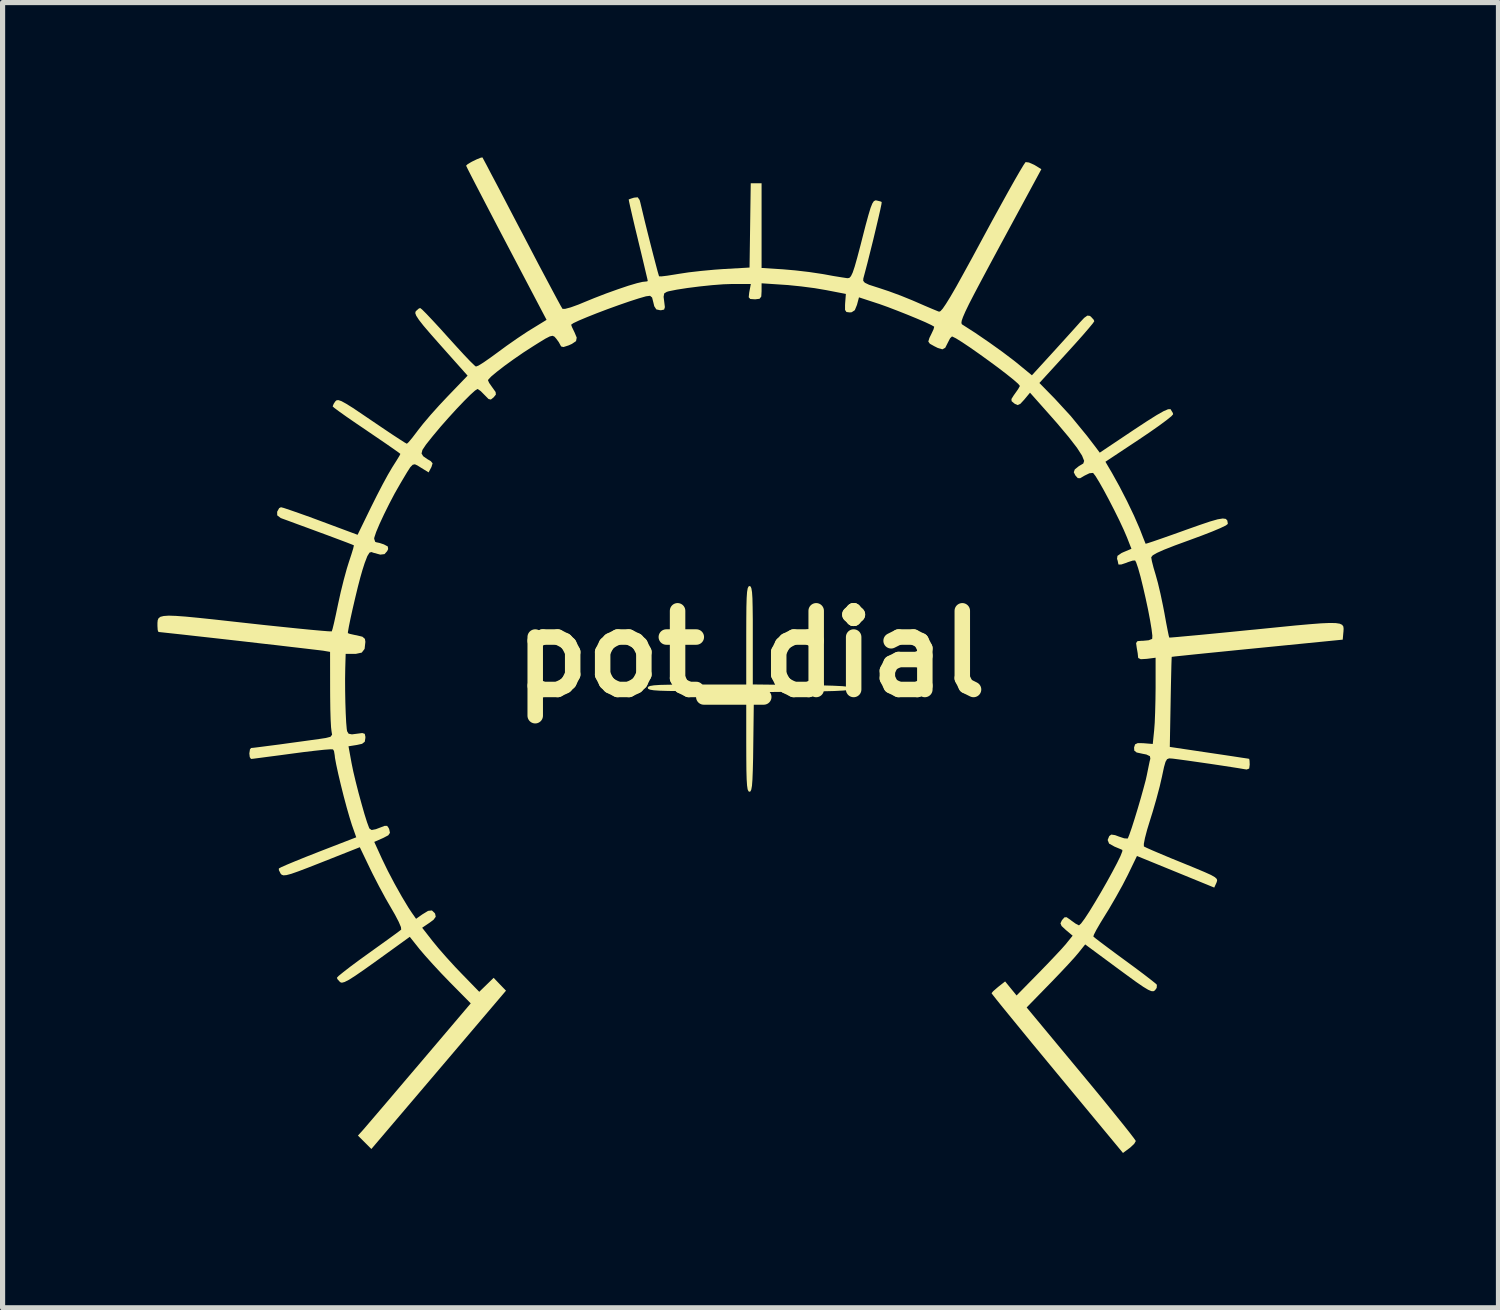
<source format=kicad_pcb>
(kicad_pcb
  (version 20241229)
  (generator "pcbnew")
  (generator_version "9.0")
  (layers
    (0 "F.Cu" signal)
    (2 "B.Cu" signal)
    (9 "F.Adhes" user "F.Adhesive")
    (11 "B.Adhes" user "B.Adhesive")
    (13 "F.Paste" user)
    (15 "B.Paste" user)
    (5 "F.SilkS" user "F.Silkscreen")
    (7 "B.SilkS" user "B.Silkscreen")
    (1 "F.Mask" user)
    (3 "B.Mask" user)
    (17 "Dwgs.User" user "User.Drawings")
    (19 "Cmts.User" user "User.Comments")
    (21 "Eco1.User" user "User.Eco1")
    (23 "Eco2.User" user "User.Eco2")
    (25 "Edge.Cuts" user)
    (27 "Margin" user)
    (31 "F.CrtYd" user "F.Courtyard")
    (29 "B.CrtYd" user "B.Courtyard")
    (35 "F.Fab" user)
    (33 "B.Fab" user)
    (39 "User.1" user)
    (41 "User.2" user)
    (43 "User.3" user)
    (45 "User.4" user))
  (footprint "pot_dial"
    (layer "F.Cu")
    (at 11.491 9.617)
    (property "Reference" "pot_dial" (at 0 0 0) (layer "F.SilkS") (effects (font (size 1.524 1.524) (thickness 0.3))))
    (attr board_only exclude_from_pos_files exclude_from_bom)
    (fp_poly (pts (xy -0.000369 -1.305) (xy 0.015 -1.268) (xy 0.027 -1.196) (xy 0.035 -1.077) (xy 0.039 -0.903) (xy 0.042 -0.663) (xy 0.042 -0.361) (xy 0.042 0.592) (xy 1.004 0.603) (xy 1.337 0.609) (xy 1.592 0.616) (xy 1.777 0.625) (xy 1.899 0.638) (xy 1.965 0.653) (xy 1.982 0.667) (xy 1.968 0.685) (xy 1.909 0.699) (xy 1.797 0.71) (xy 1.623 0.719) (xy 1.381 0.725) (xy 1.062 0.73) (xy 1.032 0.731) (xy 0.064 0.742) (xy 0.052 1.707) (xy 0.048 2.022) (xy 0.042 2.262) (xy 0.035 2.437) (xy 0.026 2.555) (xy 0.013 2.627) (xy -0.003 2.663) (xy -0.022 2.671) (xy -0.042 2.661) (xy -0.058 2.624) (xy -0.069 2.55) (xy -0.077 2.429) (xy -0.082 2.253) (xy -0.084 2.011) (xy -0.085 1.696) (xy -0.085 0.721) (xy -1.039 0.721) (xy -1.351 0.72) (xy -1.589 0.718) (xy -1.761 0.713) (xy -1.877 0.705) (xy -1.949 0.693) (xy -1.984 0.677) (xy -1.993 0.657) (xy -1.983 0.636) (xy -1.947 0.621) (xy -1.874 0.609) (xy -1.756 0.601) (xy -1.581 0.597) (xy -1.342 0.594) (xy -1.039 0.594) (xy -0.085 0.594) (xy -0.085 -0.36) (xy -0.084 -0.673) (xy -0.082 -0.91) (xy -0.077 -1.082) (xy -0.069 -1.199) (xy -0.057 -1.27) (xy -0.041 -1.305) (xy -0.021 -1.315)) (stroke (width 0) (type solid)) (fill yes) (layer "F.SilkS"))
    (fp_poly (pts (xy -5.174 -9.578) (xy -5.117 -9.472) (xy -5.031 -9.307) (xy -4.917 -9.092) (xy -4.782 -8.834) (xy -4.63 -8.542) (xy -4.464 -8.225) (xy -4.431 -8.163) (xy -4.262 -7.84) (xy -4.105 -7.54) (xy -3.963 -7.273) (xy -3.842 -7.045) (xy -3.746 -6.866) (xy -3.679 -6.743) (xy -3.646 -6.687) (xy -3.644 -6.684) (xy -3.593 -6.684) (xy -3.484 -6.713) (xy -3.335 -6.767) (xy -3.246 -6.804) (xy -3.029 -6.893) (xy -2.799 -6.982) (xy -2.573 -7.063) (xy -2.369 -7.132) (xy -2.203 -7.181) (xy -2.092 -7.207) (xy -2.07 -7.209) (xy -2.005 -7.216) (xy -1.993 -7.225) (xy -2.002 -7.269) (xy -2.029 -7.382) (xy -2.069 -7.552) (xy -2.12 -7.766) (xy -2.179 -8.009) (xy -2.181 -8.019) (xy -2.24 -8.262) (xy -2.29 -8.475) (xy -2.329 -8.645) (xy -2.354 -8.758) (xy -2.362 -8.803) (xy -2.362 -8.803) (xy -2.32 -8.819) (xy -2.259 -8.838) (xy -2.188 -8.845) (xy -2.151 -8.794) (xy -2.138 -8.748) (xy -2.099 -8.584) (xy -2.051 -8.384) (xy -1.997 -8.166) (xy -1.941 -7.944) (xy -1.887 -7.733) (xy -1.839 -7.55) (xy -1.802 -7.41) (xy -1.778 -7.328) (xy -1.773 -7.314) (xy -1.727 -7.313) (xy -1.617 -7.326) (xy -1.465 -7.35) (xy -1.398 -7.361) (xy -1.201 -7.391) (xy -0.956 -7.419) (xy -0.698 -7.443) (xy -0.53 -7.455) (xy -0.021 -7.484) (xy 0.002 -9.117) (xy 0.212 -9.117) (xy 0.212 -7.476) (xy 0.625 -7.45) (xy 0.865 -7.429) (xy 1.131 -7.398) (xy 1.372 -7.362) (xy 1.421 -7.354) (xy 1.6 -7.321) (xy 1.754 -7.296) (xy 1.859 -7.28) (xy 1.883 -7.278) (xy 1.914 -7.285) (xy 1.944 -7.318) (xy 1.977 -7.387) (xy 2.016 -7.503) (xy 2.065 -7.676) (xy 2.129 -7.918) (xy 2.159 -8.036) (xy 2.228 -8.305) (xy 2.282 -8.502) (xy 2.323 -8.638) (xy 2.357 -8.724) (xy 2.386 -8.769) (xy 2.416 -8.785) (xy 2.438 -8.784) (xy 2.515 -8.765) (xy 2.539 -8.754) (xy 2.534 -8.711) (xy 2.511 -8.601) (xy 2.474 -8.439) (xy 2.427 -8.24) (xy 2.374 -8.018) (xy 2.317 -7.79) (xy 2.262 -7.57) (xy 2.21 -7.373) (xy 2.183 -7.272) (xy 2.181 -7.227) (xy 2.212 -7.19) (xy 2.293 -7.151) (xy 2.438 -7.104) (xy 2.485 -7.089) (xy 2.678 -7.025) (xy 2.908 -6.94) (xy 3.132 -6.849) (xy 3.197 -6.821) (xy 3.369 -6.746) (xy 3.517 -6.683) (xy 3.619 -6.641) (xy 3.651 -6.629) (xy 3.678 -6.64) (xy 3.721 -6.688) (xy 3.784 -6.78) (xy 3.87 -6.919) (xy 3.982 -7.112) (xy 4.122 -7.365) (xy 4.296 -7.682) (xy 4.499 -8.058) (xy 4.673 -8.38) (xy 4.837 -8.678) (xy 4.984 -8.944) (xy 5.111 -9.17) (xy 5.213 -9.347) (xy 5.286 -9.468) (xy 5.324 -9.524) (xy 5.327 -9.527) (xy 5.392 -9.519) (xy 5.489 -9.476) (xy 5.504 -9.468) (xy 5.632 -9.389) (xy 4.83 -7.907) (xy 4.627 -7.53) (xy 4.462 -7.221) (xy 4.331 -6.973) (xy 4.231 -6.779) (xy 4.16 -6.632) (xy 4.114 -6.526) (xy 4.089 -6.455) (xy 4.083 -6.41) (xy 4.092 -6.386) (xy 4.097 -6.382) (xy 4.348 -6.221) (xy 4.617 -6.037) (xy 4.877 -5.851) (xy 5.099 -5.683) (xy 5.148 -5.644) (xy 5.449 -5.397) (xy 5.831 -5.815) (xy 5.989 -5.989) (xy 6.143 -6.159) (xy 6.274 -6.304) (xy 6.366 -6.407) (xy 6.368 -6.41) (xy 6.462 -6.51) (xy 6.523 -6.553) (xy 6.57 -6.548) (xy 6.591 -6.533) (xy 6.646 -6.473) (xy 6.657 -6.444) (xy 6.63 -6.404) (xy 6.554 -6.312) (xy 6.439 -6.178) (xy 6.292 -6.013) (xy 6.126 -5.83) (xy 5.594 -5.248) (xy 5.89 -4.946) (xy 6.2 -4.609) (xy 6.515 -4.225) (xy 6.679 -4.011) (xy 6.763 -3.898) (xy 7.426 -4.342) (xy 7.677 -4.507) (xy 7.866 -4.626) (xy 8 -4.702) (xy 8.086 -4.739) (xy 8.132 -4.741) (xy 8.136 -4.738) (xy 8.179 -4.667) (xy 8.184 -4.641) (xy 8.15 -4.603) (xy 8.056 -4.527) (xy 7.914 -4.422) (xy 7.733 -4.295) (xy 7.529 -4.157) (xy 6.873 -3.722) (xy 7.001 -3.504) (xy 7.144 -3.246) (xy 7.291 -2.961) (xy 7.425 -2.681) (xy 7.532 -2.436) (xy 7.548 -2.396) (xy 7.599 -2.264) (xy 7.637 -2.169) (xy 7.652 -2.133) (xy 7.691 -2.144) (xy 7.798 -2.179) (xy 7.96 -2.235) (xy 8.165 -2.307) (xy 8.4 -2.391) (xy 8.416 -2.397) (xy 8.693 -2.495) (xy 8.9 -2.565) (xy 9.048 -2.607) (xy 9.146 -2.623) (xy 9.205 -2.615) (xy 9.234 -2.584) (xy 9.243 -2.531) (xy 9.243 -2.517) (xy 9.206 -2.488) (xy 9.1 -2.437) (xy 8.939 -2.369) (xy 8.735 -2.29) (xy 8.502 -2.204) (xy 8.22 -2.101) (xy 8.011 -2.019) (xy 7.87 -1.956) (xy 7.789 -1.909) (xy 7.761 -1.873) (xy 7.76 -1.871) (xy 7.773 -1.796) (xy 7.805 -1.67) (xy 7.846 -1.532) (xy 7.89 -1.373) (xy 7.94 -1.162) (xy 7.988 -0.933) (xy 8.015 -0.794) (xy 8.049 -0.606) (xy 8.079 -0.452) (xy 8.1 -0.35) (xy 8.11 -0.316) (xy 8.153 -0.318) (xy 8.271 -0.328) (xy 8.456 -0.345) (xy 8.697 -0.367) (xy 8.987 -0.395) (xy 9.315 -0.427) (xy 9.673 -0.463) (xy 9.771 -0.472) (xy 10.199 -0.515) (xy 10.549 -0.55) (xy 10.831 -0.575) (xy 11.05 -0.592) (xy 11.215 -0.599) (xy 11.333 -0.597) (xy 11.412 -0.585) (xy 11.459 -0.563) (xy 11.482 -0.53) (xy 11.487 -0.486) (xy 11.484 -0.431) (xy 11.481 -0.403) (xy 11.47 -0.276) (xy 9.817 -0.112) (xy 9.452 -0.076) (xy 9.115 -0.042) (xy 8.815 -0.012) (xy 8.56 0.014) (xy 8.36 0.035) (xy 8.224 0.049) (xy 8.161 0.057) (xy 8.157 0.058) (xy 8.155 0.1) (xy 8.151 0.214) (xy 8.147 0.388) (xy 8.142 0.609) (xy 8.137 0.863) (xy 8.136 0.933) (xy 8.12 1.802) (xy 8.884 1.916) (xy 9.127 1.952) (xy 9.34 1.984) (xy 9.508 2.01) (xy 9.618 2.026) (xy 9.658 2.033) (xy 9.665 2.071) (xy 9.668 2.145) (xy 9.658 2.221) (xy 9.609 2.24) (xy 9.552 2.231) (xy 9.464 2.216) (xy 9.312 2.192) (xy 9.116 2.162) (xy 8.896 2.129) (xy 8.673 2.097) (xy 8.465 2.067) (xy 8.294 2.044) (xy 8.179 2.029) (xy 8.167 2.028) (xy 8.107 2.024) (xy 8.067 2.04) (xy 8.037 2.091) (xy 8.008 2.192) (xy 7.972 2.36) (xy 7.969 2.375) (xy 7.924 2.57) (xy 7.86 2.811) (xy 7.788 3.06) (xy 7.739 3.217) (xy 7.681 3.406) (xy 7.639 3.566) (xy 7.617 3.68) (xy 7.618 3.73) (xy 7.668 3.755) (xy 7.782 3.806) (xy 7.949 3.877) (xy 8.154 3.963) (xy 8.361 4.047) (xy 8.612 4.15) (xy 8.795 4.227) (xy 8.919 4.283) (xy 8.994 4.326) (xy 9.03 4.36) (xy 9.037 4.392) (xy 9.026 4.427) (xy 9.025 4.431) (xy 8.981 4.527) (xy 8.233 4.221) (xy 7.484 3.915) (xy 7.308 4.279) (xy 7.205 4.479) (xy 7.075 4.713) (xy 6.941 4.943) (xy 6.877 5.046) (xy 6.777 5.209) (xy 6.698 5.345) (xy 6.65 5.439) (xy 6.639 5.475) (xy 6.677 5.507) (xy 6.772 5.58) (xy 6.913 5.686) (xy 7.088 5.816) (xy 7.249 5.934) (xy 7.445 6.078) (xy 7.617 6.207) (xy 7.753 6.312) (xy 7.842 6.383) (xy 7.87 6.41) (xy 7.866 6.471) (xy 7.833 6.517) (xy 7.805 6.535) (xy 7.763 6.533) (xy 7.7 6.506) (xy 7.604 6.448) (xy 7.467 6.354) (xy 7.279 6.217) (xy 7.126 6.105) (xy 6.481 5.628) (xy 6.349 5.793) (xy 6.271 5.884) (xy 6.148 6.019) (xy 5.996 6.181) (xy 5.829 6.355) (xy 5.782 6.403) (xy 5.347 6.849) (xy 6.403 8.121) (xy 6.637 8.403) (xy 6.853 8.666) (xy 7.045 8.903) (xy 7.208 9.105) (xy 7.335 9.265) (xy 7.421 9.377) (xy 7.46 9.433) (xy 7.461 9.438) (xy 7.431 9.49) (xy 7.355 9.562) (xy 7.338 9.575) (xy 7.213 9.668) (xy 5.939 8.131) (xy 5.682 7.82) (xy 5.442 7.53) (xy 5.226 7.266) (xy 5.037 7.035) (xy 4.881 6.844) (xy 4.764 6.699) (xy 4.691 6.606) (xy 4.667 6.573) (xy 4.698 6.535) (xy 4.774 6.469) (xy 4.799 6.448) (xy 4.93 6.345) (xy 5.041 6.481) (xy 5.152 6.617) (xy 5.58 6.181) (xy 5.744 6.012) (xy 5.897 5.851) (xy 6.024 5.715) (xy 6.109 5.619) (xy 6.122 5.602) (xy 6.238 5.459) (xy 6.106 5.348) (xy 6.024 5.272) (xy 6.002 5.22) (xy 6.027 5.165) (xy 6.034 5.155) (xy 6.079 5.104) (xy 6.121 5.101) (xy 6.192 5.15) (xy 6.212 5.166) (xy 6.299 5.228) (xy 6.358 5.258) (xy 6.362 5.258) (xy 6.401 5.223) (xy 6.471 5.129) (xy 6.564 4.987) (xy 6.671 4.812) (xy 6.786 4.618) (xy 6.901 4.417) (xy 7.007 4.224) (xy 7.098 4.052) (xy 7.165 3.915) (xy 7.2 3.825) (xy 7.201 3.798) (xy 7.156 3.778) (xy 7.065 3.74) (xy 7.05 3.734) (xy 6.944 3.675) (xy 6.916 3.605) (xy 6.947 3.529) (xy 6.987 3.5) (xy 7.06 3.511) (xy 7.135 3.539) (xy 7.237 3.573) (xy 7.3 3.577) (xy 7.308 3.572) (xy 7.336 3.503) (xy 7.382 3.371) (xy 7.438 3.196) (xy 7.499 2.996) (xy 7.559 2.791) (xy 7.612 2.6) (xy 7.654 2.443) (xy 7.674 2.353) (xy 7.704 2.206) (xy 7.729 2.085) (xy 7.743 2.03) (xy 7.735 1.982) (xy 7.666 1.949) (xy 7.589 1.934) (xy 7.478 1.91) (xy 7.432 1.874) (xy 7.428 1.812) (xy 7.448 1.752) (xy 7.5 1.728) (xy 7.609 1.73) (xy 7.616 1.731) (xy 7.79 1.745) (xy 7.817 1.481) (xy 7.828 1.335) (xy 7.836 1.132) (xy 7.842 0.896) (xy 7.845 0.655) (xy 7.845 0.645) (xy 7.845 0.074) (xy 7.675 0.096) (xy 7.558 0.103) (xy 7.509 0.08) (xy 7.506 0.065) (xy 7.498 -0.013) (xy 7.479 -0.122) (xy 7.467 -0.21) (xy 7.494 -0.247) (xy 7.58 -0.254) (xy 7.604 -0.254) (xy 7.71 -0.264) (xy 7.775 -0.289) (xy 7.779 -0.293) (xy 7.782 -0.353) (xy 7.767 -0.478) (xy 7.738 -0.652) (xy 7.699 -0.857) (xy 7.652 -1.077) (xy 7.602 -1.295) (xy 7.553 -1.495) (xy 7.507 -1.659) (xy 7.469 -1.771) (xy 7.448 -1.81) (xy 7.401 -1.807) (xy 7.308 -1.777) (xy 7.277 -1.764) (xy 7.181 -1.732) (xy 7.128 -1.731) (xy 7.124 -1.737) (xy 7.11 -1.806) (xy 7.098 -1.841) (xy 7.106 -1.899) (xy 7.185 -1.954) (xy 7.225 -1.972) (xy 7.377 -2.036) (xy 7.29 -2.258) (xy 7.227 -2.405) (xy 7.143 -2.585) (xy 7.045 -2.783) (xy 6.942 -2.983) (xy 6.842 -3.17) (xy 6.752 -3.329) (xy 6.681 -3.445) (xy 6.636 -3.503) (xy 6.631 -3.506) (xy 6.563 -3.499) (xy 6.468 -3.453) (xy 6.465 -3.451) (xy 6.383 -3.403) (xy 6.337 -3.405) (xy 6.29 -3.458) (xy 6.26 -3.519) (xy 6.279 -3.573) (xy 6.357 -3.636) (xy 6.444 -3.688) (xy 6.461 -3.739) (xy 6.42 -3.841) (xy 6.321 -3.994) (xy 6.161 -4.201) (xy 5.941 -4.463) (xy 5.802 -4.621) (xy 5.412 -5.06) (xy 5.301 -4.926) (xy 5.225 -4.844) (xy 5.173 -4.82) (xy 5.118 -4.844) (xy 5.107 -4.852) (xy 5.056 -4.895) (xy 5.052 -4.937) (xy 5.097 -5.009) (xy 5.12 -5.041) (xy 5.182 -5.129) (xy 5.214 -5.186) (xy 5.216 -5.191) (xy 5.183 -5.232) (xy 5.093 -5.311) (xy 4.959 -5.418) (xy 4.795 -5.544) (xy 4.613 -5.678) (xy 4.427 -5.812) (xy 4.25 -5.936) (xy 4.096 -6.039) (xy 3.977 -6.113) (xy 3.908 -6.147) (xy 3.9 -6.149) (xy 3.864 -6.114) (xy 3.82 -6.029) (xy 3.816 -6.021) (xy 3.77 -5.93) (xy 3.715 -5.9) (xy 3.628 -5.925) (xy 3.56 -5.959) (xy 3.472 -6.008) (xy 3.442 -6.051) (xy 3.463 -6.12) (xy 3.501 -6.197) (xy 3.543 -6.287) (xy 3.556 -6.337) (xy 3.554 -6.34) (xy 3.499 -6.371) (xy 3.383 -6.426) (xy 3.222 -6.495) (xy 3.035 -6.572) (xy 2.84 -6.649) (xy 2.655 -6.72) (xy 2.496 -6.777) (xy 2.459 -6.789) (xy 2.099 -6.907) (xy 2.06 -6.761) (xy 2.018 -6.658) (xy 1.957 -6.618) (xy 1.919 -6.615) (xy 1.856 -6.623) (xy 1.829 -6.663) (xy 1.829 -6.757) (xy 1.831 -6.794) (xy 1.845 -6.973) (xy 1.463 -7.047) (xy 1.24 -7.085) (xy 0.978 -7.119) (xy 0.723 -7.145) (xy 0.647 -7.15) (xy 0.212 -7.179) (xy 0.212 -7.024) (xy 0.206 -6.922) (xy 0.173 -6.879) (xy 0.091 -6.869) (xy 0.08 -6.869) (xy -0.007 -6.875) (xy -0.037 -6.909) (xy -0.028 -6.995) (xy -0.024 -7.018) (xy 0.004 -7.166) (xy -0.348 -7.166) (xy -0.527 -7.16) (xy -0.748 -7.143) (xy -0.988 -7.118) (xy -1.224 -7.088) (xy -1.43 -7.056) (xy -1.585 -7.025) (xy -1.625 -7.013) (xy -1.674 -6.983) (xy -1.686 -6.917) (xy -1.674 -6.823) (xy -1.661 -6.717) (xy -1.676 -6.67) (xy -1.731 -6.658) (xy -1.751 -6.657) (xy -1.827 -6.673) (xy -1.867 -6.735) (xy -1.884 -6.806) (xy -1.909 -6.904) (xy -1.949 -6.937) (xy -2.027 -6.927) (xy -2.166 -6.887) (xy -2.346 -6.829) (xy -2.551 -6.758) (xy -2.767 -6.68) (xy -2.978 -6.6) (xy -3.169 -6.524) (xy -3.326 -6.458) (xy -3.434 -6.407) (xy -3.477 -6.377) (xy -3.477 -6.376) (xy -3.46 -6.329) (xy -3.417 -6.24) (xy -3.412 -6.23) (xy -3.369 -6.127) (xy -3.382 -6.059) (xy -3.462 -6.005) (xy -3.526 -5.976) (xy -3.626 -5.944) (xy -3.672 -5.956) (xy -3.679 -5.97) (xy -3.717 -6.04) (xy -3.767 -6.108) (xy -3.801 -6.146) (xy -3.837 -6.162) (xy -3.891 -6.15) (xy -3.977 -6.106) (xy -4.111 -6.024) (xy -4.208 -5.963) (xy -4.399 -5.84) (xy -4.589 -5.709) (xy -4.766 -5.581) (xy -4.916 -5.465) (xy -5.026 -5.373) (xy -5.083 -5.312) (xy -5.088 -5.3) (xy -5.065 -5.249) (xy -5.006 -5.165) (xy -4.998 -5.154) (xy -4.94 -5.073) (xy -4.935 -5.023) (xy -4.979 -4.969) (xy -4.979 -4.969) (xy -5.032 -4.927) (xy -5.077 -4.937) (xy -5.144 -5.005) (xy -5.153 -5.014) (xy -5.229 -5.091) (xy -5.285 -5.13) (xy -5.291 -5.131) (xy -5.339 -5.101) (xy -5.431 -5.018) (xy -5.554 -4.895) (xy -5.699 -4.743) (xy -5.852 -4.575) (xy -6.004 -4.403) (xy -6.142 -4.238) (xy -6.17 -4.204) (xy -6.29 -4.053) (xy -6.358 -3.951) (xy -6.375 -3.882) (xy -6.343 -3.829) (xy -6.263 -3.773) (xy -6.197 -3.735) (xy -6.161 -3.692) (xy -6.183 -3.62) (xy -6.189 -3.609) (xy -6.238 -3.516) (xy -6.389 -3.609) (xy -6.456 -3.651) (xy -6.504 -3.673) (xy -6.546 -3.664) (xy -6.593 -3.616) (xy -6.656 -3.518) (xy -6.749 -3.362) (xy -6.792 -3.289) (xy -6.896 -3.107) (xy -7.002 -2.905) (xy -7.102 -2.703) (xy -7.189 -2.516) (xy -7.254 -2.362) (xy -7.289 -2.257) (xy -7.293 -2.231) (xy -7.273 -2.171) (xy -7.254 -2.163) (xy -7.188 -2.149) (xy -7.104 -2.121) (xy -7.029 -2.081) (xy -7.022 -2.031) (xy -7.041 -1.99) (xy -7.092 -1.933) (xy -7.174 -1.923) (xy -7.304 -1.958) (xy -7.346 -1.973) (xy -7.383 -1.962) (xy -7.425 -1.894) (xy -7.477 -1.759) (xy -7.52 -1.624) (xy -7.561 -1.481) (xy -7.609 -1.297) (xy -7.659 -1.09) (xy -7.708 -0.88) (xy -7.751 -0.686) (xy -7.783 -0.528) (xy -7.801 -0.424) (xy -7.802 -0.402) (xy -7.765 -0.388) (xy -7.672 -0.367) (xy -7.633 -0.36) (xy -7.521 -0.333) (xy -7.472 -0.291) (xy -7.463 -0.233) (xy -7.478 -0.097) (xy -7.533 -0.025) (xy -7.645 -0.001) (xy -7.68 0) (xy -7.845 0) (xy -7.853 0.286) (xy -7.856 0.486) (xy -7.855 0.709) (xy -7.851 0.937) (xy -7.844 1.149) (xy -7.835 1.328) (xy -7.824 1.454) (xy -7.817 1.498) (xy -7.788 1.546) (xy -7.724 1.559) (xy -7.629 1.547) (xy -7.523 1.533) (xy -7.475 1.549) (xy -7.463 1.604) (xy -7.463 1.628) (xy -7.475 1.702) (xy -7.527 1.742) (xy -7.627 1.764) (xy -7.79 1.79) (xy -7.731 2.114) (xy -7.698 2.275) (xy -7.651 2.473) (xy -7.596 2.689) (xy -7.537 2.905) (xy -7.481 3.102) (xy -7.431 3.261) (xy -7.393 3.364) (xy -7.383 3.385) (xy -7.341 3.412) (xy -7.26 3.396) (xy -7.194 3.371) (xy -7.092 3.332) (xy -7.041 3.332) (xy -7.011 3.374) (xy -7 3.402) (xy -6.987 3.467) (xy -7.019 3.514) (xy -7.114 3.564) (xy -7.127 3.57) (xy -7.291 3.642) (xy -7.142 3.969) (xy -7.03 4.2) (xy -6.897 4.453) (xy -6.759 4.699) (xy -6.631 4.912) (xy -6.563 5.015) (xy -6.481 5.132) (xy -6.361 5.047) (xy -6.248 4.978) (xy -6.174 4.97) (xy -6.12 5.021) (xy -6.112 5.034) (xy -6.1 5.092) (xy -6.143 5.151) (xy -6.217 5.206) (xy -6.363 5.305) (xy -6.16 5.565) (xy -6.044 5.706) (xy -5.89 5.882) (xy -5.722 6.066) (xy -5.608 6.185) (xy -5.257 6.546) (xy -5.118 6.411) (xy -4.978 6.275) (xy -4.859 6.4) (xy -4.739 6.524) (xy -6.043 8.058) (xy -7.347 9.591) (xy -7.477 9.461) (xy -7.607 9.331) (xy -7.52 9.235) (xy -7.473 9.181) (xy -7.378 9.07) (xy -7.242 8.911) (xy -7.071 8.711) (xy -6.872 8.477) (xy -6.653 8.219) (xy -6.427 7.954) (xy -5.422 6.77) (xy -5.823 6.364) (xy -5.993 6.188) (xy -6.161 6.007) (xy -6.307 5.844) (xy -6.413 5.72) (xy -6.413 5.72) (xy -6.603 5.481) (xy -7.247 5.946) (xy -7.48 6.112) (xy -7.654 6.232) (xy -7.779 6.312) (xy -7.865 6.356) (xy -7.919 6.37) (xy -7.952 6.359) (xy -8.005 6.3) (xy -8.014 6.273) (xy -7.981 6.238) (xy -7.89 6.164) (xy -7.752 6.057) (xy -7.578 5.928) (xy -7.41 5.807) (xy -7.211 5.664) (xy -7.035 5.538) (xy -6.895 5.436) (xy -6.802 5.367) (xy -6.769 5.341) (xy -6.774 5.293) (xy -6.817 5.191) (xy -6.89 5.051) (xy -6.95 4.947) (xy -7.068 4.743) (xy -7.199 4.501) (xy -7.322 4.262) (xy -7.369 4.166) (xy -7.571 3.745) (xy -8.311 4.038) (xy -8.571 4.14) (xy -8.763 4.213) (xy -8.9 4.261) (xy -8.991 4.285) (xy -9.049 4.29) (xy -9.083 4.279) (xy -9.104 4.258) (xy -9.139 4.188) (xy -9.139 4.157) (xy -9.095 4.133) (xy -8.985 4.084) (xy -8.822 4.016) (xy -8.617 3.933) (xy -8.383 3.841) (xy -8.381 3.84) (xy -7.64 3.553) (xy -7.724 3.314) (xy -7.77 3.166) (xy -7.825 2.975) (xy -7.883 2.758) (xy -7.939 2.534) (xy -7.989 2.323) (xy -8.028 2.143) (xy -8.052 2.014) (xy -8.057 1.965) (xy -8.071 1.881) (xy -8.091 1.85) (xy -8.142 1.848) (xy -8.263 1.857) (xy -8.44 1.876) (xy -8.659 1.902) (xy -8.886 1.932) (xy -9.131 1.965) (xy -9.347 1.993) (xy -9.52 2.016) (xy -9.635 2.031) (xy -9.679 2.035) (xy -9.703 1.999) (xy -9.711 1.929) (xy -9.699 1.85) (xy -9.677 1.823) (xy -9.623 1.818) (xy -9.503 1.803) (xy -9.333 1.781) (xy -9.131 1.755) (xy -8.914 1.725) (xy -8.7 1.696) (xy -8.505 1.669) (xy -8.347 1.647) (xy -8.243 1.631) (xy -8.233 1.63) (xy -8.139 1.606) (xy -8.108 1.565) (xy -8.119 1.498) (xy -8.128 1.42) (xy -8.136 1.274) (xy -8.142 1.077) (xy -8.145 0.845) (xy -8.146 0.675) (xy -8.147 -0.039) (xy -8.282 -0.062) (xy -8.346 -0.07) (xy -8.481 -0.086) (xy -8.675 -0.109) (xy -8.917 -0.137) (xy -9.196 -0.17) (xy -9.499 -0.204) (xy -9.817 -0.241) (xy -10.136 -0.277) (xy -10.446 -0.312) (xy -10.735 -0.344) (xy -10.992 -0.373) (xy -11.205 -0.396) (xy -11.362 -0.413) (xy -11.453 -0.423) (xy -11.471 -0.424) (xy -11.486 -0.461) (xy -11.491 -0.541) (xy -11.491 -0.602) (xy -11.486 -0.652) (xy -11.47 -0.69) (xy -11.434 -0.718) (xy -11.37 -0.734) (xy -11.272 -0.741) (xy -11.131 -0.736) (xy -10.94 -0.722) (xy -10.692 -0.698) (xy -10.378 -0.665) (xy -9.991 -0.622) (xy -9.774 -0.598) (xy -9.411 -0.558) (xy -9.074 -0.523) (xy -8.774 -0.492) (xy -8.519 -0.467) (xy -8.319 -0.449) (xy -8.182 -0.438) (xy -8.118 -0.436) (xy -8.115 -0.436) (xy -8.099 -0.483) (xy -8.071 -0.597) (xy -8.035 -0.76) (xy -7.994 -0.955) (xy -7.993 -0.96) (xy -7.941 -1.196) (xy -7.881 -1.438) (xy -7.822 -1.653) (xy -7.783 -1.778) (xy -7.734 -1.927) (xy -7.699 -2.041) (xy -7.686 -2.099) (xy -7.686 -2.103) (xy -7.728 -2.121) (xy -7.836 -2.163) (xy -7.996 -2.223) (xy -8.196 -2.298) (xy -8.354 -2.356) (xy -8.581 -2.44) (xy -8.786 -2.515) (xy -8.953 -2.577) (xy -9.066 -2.618) (xy -9.103 -2.632) (xy -9.171 -2.684) (xy -9.172 -2.754) (xy -9.133 -2.824) (xy -9.098 -2.841) (xy -9.044 -2.827) (xy -8.924 -2.787) (xy -8.752 -2.727) (xy -8.541 -2.652) (xy -8.331 -2.574) (xy -7.614 -2.307) (xy -7.352 -2.845) (xy -7.242 -3.065) (xy -7.13 -3.281) (xy -7.027 -3.47) (xy -6.946 -3.608) (xy -6.938 -3.621) (xy -6.86 -3.744) (xy -6.805 -3.834) (xy -6.785 -3.874) (xy -6.818 -3.9) (xy -6.911 -3.966) (xy -7.053 -4.065) (xy -7.232 -4.187) (xy -7.438 -4.327) (xy -7.44 -4.329) (xy -7.647 -4.469) (xy -7.827 -4.593) (xy -7.969 -4.694) (xy -8.063 -4.764) (xy -8.097 -4.794) (xy -8.097 -4.794) (xy -8.077 -4.844) (xy -8.046 -4.891) (xy -8.021 -4.913) (xy -7.985 -4.916) (xy -7.926 -4.896) (xy -7.835 -4.846) (xy -7.702 -4.763) (xy -7.518 -4.639) (xy -7.338 -4.517) (xy -7.131 -4.377) (xy -6.948 -4.254) (xy -6.801 -4.158) (xy -6.701 -4.094) (xy -6.659 -4.071) (xy -6.659 -4.071) (xy -6.624 -4.103) (xy -6.554 -4.187) (xy -6.463 -4.306) (xy -6.447 -4.328) (xy -6.342 -4.461) (xy -6.197 -4.632) (xy -6.03 -4.818) (xy -5.871 -4.987) (xy -5.483 -5.39) (xy -6.011 -5.983) (xy -6.199 -6.196) (xy -6.336 -6.356) (xy -6.426 -6.471) (xy -6.478 -6.551) (xy -6.497 -6.603) (xy -6.488 -6.635) (xy -6.487 -6.638) (xy -6.428 -6.69) (xy -6.401 -6.7) (xy -6.363 -6.67) (xy -6.279 -6.586) (xy -6.159 -6.459) (xy -6.011 -6.299) (xy -5.866 -6.138) (xy -5.701 -5.956) (xy -5.555 -5.797) (xy -5.436 -5.672) (xy -5.354 -5.592) (xy -5.322 -5.566) (xy -5.272 -5.585) (xy -5.172 -5.647) (xy -5.037 -5.741) (xy -4.919 -5.827) (xy -4.727 -5.968) (xy -4.518 -6.114) (xy -4.327 -6.241) (xy -4.256 -6.285) (xy -3.953 -6.471) (xy -4.732 -7.953) (xy -4.903 -8.279) (xy -5.061 -8.582) (xy -5.202 -8.853) (xy -5.322 -9.084) (xy -5.416 -9.266) (xy -5.48 -9.392) (xy -5.51 -9.454) (xy -5.511 -9.459) (xy -5.479 -9.489) (xy -5.4 -9.535) (xy -5.305 -9.581) (xy -5.226 -9.613) (xy -5.195 -9.617)) (stroke (width 0) (type solid)) (fill yes) (layer "F.SilkS")))
  (gr_rect
    (start -3 -3)
    (end 25.978 22.284)
    (stroke (width 0.1) (type default))
    (fill no)
    (layer "Edge.Cuts")))
</source>
